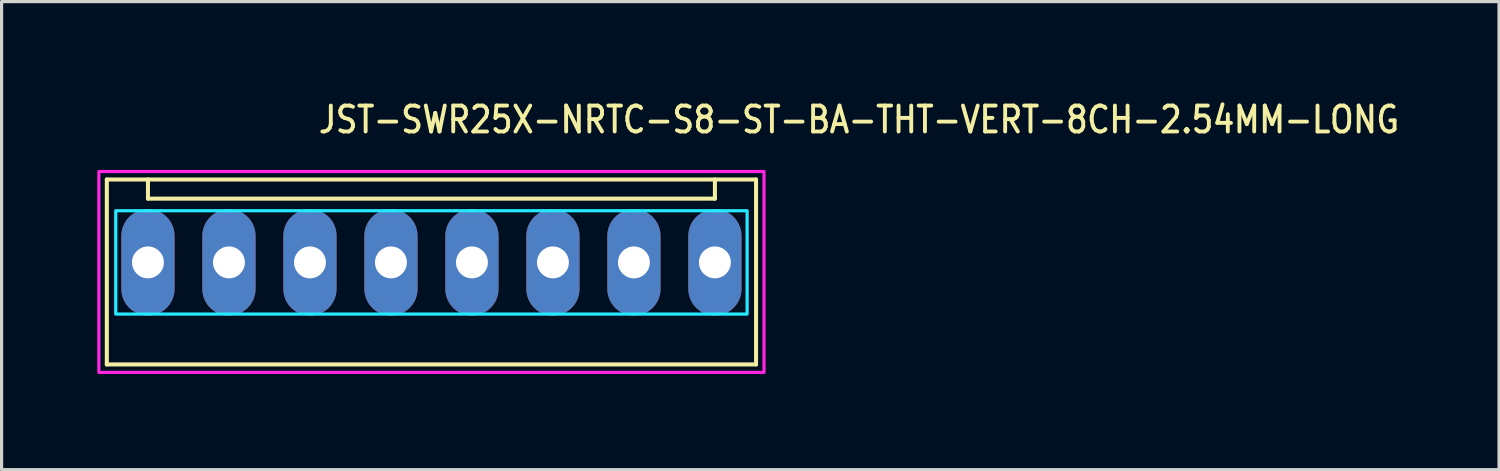
<source format=kicad_pcb>
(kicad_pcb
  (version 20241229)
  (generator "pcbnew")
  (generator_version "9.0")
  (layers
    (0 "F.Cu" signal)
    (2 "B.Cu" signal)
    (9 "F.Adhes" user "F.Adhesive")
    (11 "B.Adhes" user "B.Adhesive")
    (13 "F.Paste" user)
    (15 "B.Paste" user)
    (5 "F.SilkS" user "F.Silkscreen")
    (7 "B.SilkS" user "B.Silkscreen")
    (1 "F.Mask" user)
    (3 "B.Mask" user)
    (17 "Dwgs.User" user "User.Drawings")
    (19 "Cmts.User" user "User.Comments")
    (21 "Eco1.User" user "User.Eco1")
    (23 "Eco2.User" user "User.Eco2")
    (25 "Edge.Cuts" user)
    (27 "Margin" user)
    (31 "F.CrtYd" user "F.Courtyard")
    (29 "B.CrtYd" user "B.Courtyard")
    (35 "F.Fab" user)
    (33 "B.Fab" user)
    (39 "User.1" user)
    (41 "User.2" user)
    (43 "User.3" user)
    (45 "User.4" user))
  (footprint "JST-SWR25X-NRTC-S8-ST-BA-THT-VERT-8CH-2.54MM-LONG"
    (layer "F.Cu")
    (at 10.48 5.179)
    (property "Reference" "JST-SWR25X-NRTC-S8-ST-BA-THT-VERT-8CH-2.54MM-LONG" (at -3.6 -4 0) (unlocked yes) (layer "F.SilkS") (effects (font (size 0.813 0.695) (thickness 0.122)) (justify left bottom)))
    (fp_line (start -10.18 -2.6) (end 10.18 -2.6) (stroke (width 0.127) (type solid)) (layer "F.SilkS"))
    (fp_line (start -10.18 3.2) (end -10.18 -2.6) (stroke (width 0.127) (type solid)) (layer "F.SilkS"))
    (fp_line (start -10.18 3.2) (end 10.18 3.2) (stroke (width 0.127) (type solid)) (layer "F.SilkS"))
    (fp_line (start -8.89 -2.6) (end -8.89 -2) (stroke (width 0.127) (type solid)) (layer "F.SilkS"))
    (fp_line (start -8.89 -2) (end 8.89 -2) (stroke (width 0.127) (type solid)) (layer "F.SilkS"))
    (fp_line (start 8.89 -2.6) (end 8.89 -2) (stroke (width 0.127) (type solid)) (layer "F.SilkS"))
    (fp_line (start 10.18 -2.6) (end 10.18 3.2) (stroke (width 0.127) (type solid)) (layer "F.SilkS"))
    (fp_poly (pts (xy -9.9 -1.62) (xy -9.9 1.62) (xy 9.9 1.62) (xy 9.9 -1.62)) (stroke (width 0.1) (type solid)) (fill no) (layer "B.CrtYd"))
    (fp_poly (pts (xy -10.43 -2.85) (xy -10.43 3.45) (xy 10.43 3.45) (xy 10.43 -2.85)) (stroke (width 0.1) (type solid)) (fill no) (layer "F.CrtYd"))
    (pad "1" thru_hole oval (at -8.89 0 90) (size 3.333 1.667) (drill 1) (layers "*.Cu" "*.Mask"))
    (pad "2" thru_hole oval (at -6.35 0 90) (size 3.333 1.667) (drill 1) (layers "*.Cu" "*.Mask"))
    (pad "3" thru_hole oval (at -3.81 0 90) (size 3.333 1.667) (drill 1) (layers "*.Cu" "*.Mask"))
    (pad "4" thru_hole oval (at -1.27 0 90) (size 3.333 1.667) (drill 1) (layers "*.Cu" "*.Mask"))
    (pad "5" thru_hole oval (at 1.27 0 90) (size 3.333 1.667) (drill 1) (layers "*.Cu" "*.Mask"))
    (pad "6" thru_hole oval (at 3.81 0 90) (size 3.333 1.667) (drill 1) (layers "*.Cu" "*.Mask"))
    (pad "7" thru_hole oval (at 6.35 0 90) (size 3.333 1.667) (drill 1) (layers "*.Cu" "*.Mask"))
    (pad "8" thru_hole oval (at 8.89 0 90) (size 3.333 1.667) (drill 1) (layers "*.Cu" "*.Mask")))
  (gr_rect
    (start -3 -3)
    (end 43.96 11.679)
    (stroke (width 0.1) (type default))
    (fill no)
    (layer "Edge.Cuts")))
</source>
